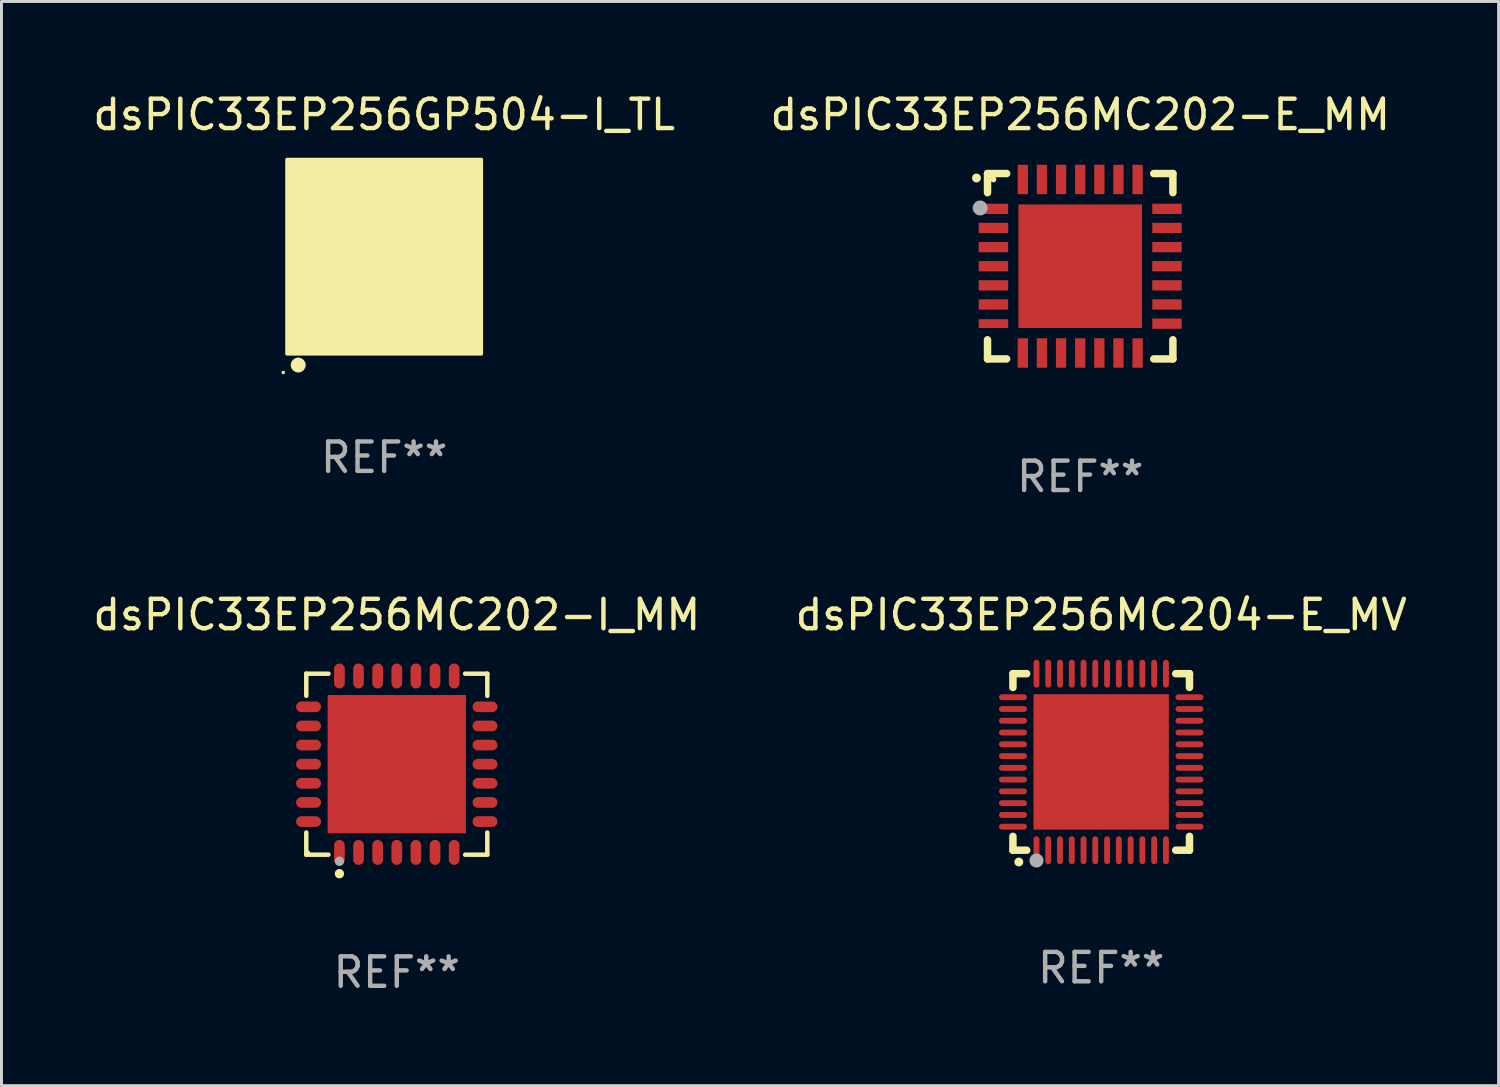
<source format=kicad_pcb>
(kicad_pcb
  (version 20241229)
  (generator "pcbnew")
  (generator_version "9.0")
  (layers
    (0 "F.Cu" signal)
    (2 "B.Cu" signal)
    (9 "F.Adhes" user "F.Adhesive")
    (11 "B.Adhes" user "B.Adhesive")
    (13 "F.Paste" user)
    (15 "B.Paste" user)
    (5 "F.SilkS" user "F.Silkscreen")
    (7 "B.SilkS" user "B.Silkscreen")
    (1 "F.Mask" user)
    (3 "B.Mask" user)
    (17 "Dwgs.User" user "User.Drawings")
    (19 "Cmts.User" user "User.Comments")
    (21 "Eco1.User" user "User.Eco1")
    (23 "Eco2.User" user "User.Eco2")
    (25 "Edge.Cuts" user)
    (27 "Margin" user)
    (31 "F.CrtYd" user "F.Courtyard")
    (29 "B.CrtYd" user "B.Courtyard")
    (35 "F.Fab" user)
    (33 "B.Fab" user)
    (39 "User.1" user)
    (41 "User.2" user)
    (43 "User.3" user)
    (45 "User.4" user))
  (footprint "dsPIC33EP256GP504-I_TL"
    (layer "F.Cu")
    (at 10.006 5.673)
    (property "Reference" "dsPIC33EP256GP504-I_TL" (at 0 -4.825 0) (layer "F.SilkS") (effects (font (size 1 1) (thickness 0.15))))
    (attr through_hole)
    (fp_circle (center -3.429 3.937) (end -3.399 3.937) (stroke (width 0.06) (type solid)) (fill no) (layer "F.SilkS"))
    (fp_circle (center -2.921 3.683) (end -2.794 3.683) (stroke (width 0.254) (type solid)) (fill no) (layer "F.SilkS"))
    (fp_poly (pts (xy -3.302 -3.302) (xy 3.302 -3.302) (xy 3.302 3.302) (xy -3.302 3.302)) (stroke (width 0.12) (type solid)) (fill yes) (layer "F.SilkS"))
    (fp_text user "REF**" (at 0 6.825 0) (layer "F.Fab") (effects (font (size 1 1) (thickness 0.15))))
    (pad "1" smd rect (at -2.25 2.825) (size 0.3 0.45) (layers "F.Cu" "F.Mask" "F.Paste"))
    (pad "2" smd rect (at -1.75 2.825) (size 0.3 0.45) (layers "F.Cu" "F.Mask" "F.Paste"))
    (pad "3" smd rect (at -1.25 2.825) (size 0.3 0.45) (layers "F.Cu" "F.Mask" "F.Paste"))
    (pad "4" smd rect (at -0.75 2.825) (size 0.3 0.45) (layers "F.Cu" "F.Mask" "F.Paste"))
    (pad "5" smd rect (at -0.25 2.825) (size 0.3 0.45) (layers "F.Cu" "F.Mask" "F.Paste"))
    (pad "6" smd rect (at 0.25 2.825) (size 0.3 0.45) (layers "F.Cu" "F.Mask" "F.Paste"))
    (pad "7" smd rect (at 0.75 2.825) (size 0.3 0.45) (layers "F.Cu" "F.Mask" "F.Paste"))
    (pad "8" smd rect (at 1.25 2.825) (size 0.3 0.45) (layers "F.Cu" "F.Mask" "F.Paste"))
    (pad "9" smd rect (at 1.75 2.825) (size 0.3 0.45) (layers "F.Cu" "F.Mask" "F.Paste"))
    (pad "10" smd rect (at 2.25 2.825) (size 0.3 0.45) (layers "F.Cu" "F.Mask" "F.Paste"))
    (pad "11" smd rect (at 2.825 2.825 90) (size 0.45 0.45) (layers "F.Cu" "F.Mask" "F.Paste"))
    (pad "12" smd rect (at 2.825 2.25 90) (size 0.3 0.45) (layers "F.Cu" "F.Mask" "F.Paste"))
    (pad "13" smd rect (at 2.825 1.75 90) (size 0.3 0.45) (layers "F.Cu" "F.Mask" "F.Paste"))
    (pad "14" smd rect (at 2.825 1.25 90) (size 0.3 0.45) (layers "F.Cu" "F.Mask" "F.Paste"))
    (pad "15" smd rect (at 2.825 0.75 90) (size 0.3 0.45) (layers "F.Cu" "F.Mask" "F.Paste"))
    (pad "16" smd rect (at 2.825 0.25 90) (size 0.3 0.45) (layers "F.Cu" "F.Mask" "F.Paste"))
    (pad "17" smd rect (at 2.825 -0.25 90) (size 0.3 0.45) (layers "F.Cu" "F.Mask" "F.Paste"))
    (pad "18" smd rect (at 2.825 -0.75 90) (size 0.3 0.45) (layers "F.Cu" "F.Mask" "F.Paste"))
    (pad "19" smd rect (at 2.825 -1.25 90) (size 0.3 0.45) (layers "F.Cu" "F.Mask" "F.Paste"))
    (pad "20" smd rect (at 2.825 -1.75 90) (size 0.3 0.45) (layers "F.Cu" "F.Mask" "F.Paste"))
    (pad "21" smd rect (at 2.825 -2.25 90) (size 0.3 0.45) (layers "F.Cu" "F.Mask" "F.Paste"))
    (pad "22" smd rect (at 2.825 -2.825 90) (size 0.45 0.45) (layers "F.Cu" "F.Mask" "F.Paste"))
    (pad "23" smd rect (at 2.25 -2.825) (size 0.3 0.45) (layers "F.Cu" "F.Mask" "F.Paste"))
    (pad "24" smd rect (at 1.75 -2.825) (size 0.3 0.45) (layers "F.Cu" "F.Mask" "F.Paste"))
    (pad "25" smd rect (at 1.25 -2.825) (size 0.3 0.45) (layers "F.Cu" "F.Mask" "F.Paste"))
    (pad "26" smd rect (at 0.75 -2.825) (size 0.3 0.45) (layers "F.Cu" "F.Mask" "F.Paste"))
    (pad "27" smd rect (at 0.25 -2.825) (size 0.3 0.45) (layers "F.Cu" "F.Mask" "F.Paste"))
    (pad "28" smd rect (at -0.25 -2.825) (size 0.3 0.45) (layers "F.Cu" "F.Mask" "F.Paste"))
    (pad "29" smd rect (at -0.75 -2.825) (size 0.3 0.45) (layers "F.Cu" "F.Mask" "F.Paste"))
    (pad "30" smd rect (at -1.25 -2.825) (size 0.3 0.45) (layers "F.Cu" "F.Mask" "F.Paste"))
    (pad "31" smd rect (at -1.75 -2.825) (size 0.3 0.45) (layers "F.Cu" "F.Mask" "F.Paste"))
    (pad "32" smd rect (at -2.25 -2.825) (size 0.3 0.45) (layers "F.Cu" "F.Mask" "F.Paste"))
    (pad "33" smd rect (at -2.825 -2.825 90) (size 0.45 0.45) (layers "F.Cu" "F.Mask" "F.Paste"))
    (pad "34" smd rect (at -2.825 -2.25 90) (size 0.3 0.45) (layers "F.Cu" "F.Mask" "F.Paste"))
    (pad "35" smd rect (at -2.825 -1.75 90) (size 0.3 0.45) (layers "F.Cu" "F.Mask" "F.Paste"))
    (pad "36" smd rect (at -2.825 -1.25 90) (size 0.3 0.45) (layers "F.Cu" "F.Mask" "F.Paste"))
    (pad "37" smd rect (at -2.825 -0.75 90) (size 0.3 0.45) (layers "F.Cu" "F.Mask" "F.Paste"))
    (pad "38" smd rect (at -2.825 -0.25 90) (size 0.3 0.45) (layers "F.Cu" "F.Mask" "F.Paste"))
    (pad "39" smd rect (at -2.825 0.25 90) (size 0.3 0.45) (layers "F.Cu" "F.Mask" "F.Paste"))
    (pad "40" smd rect (at -2.825 0.75 90) (size 0.3 0.45) (layers "F.Cu" "F.Mask" "F.Paste"))
    (pad "41" smd rect (at -2.825 1.25 90) (size 0.3 0.45) (layers "F.Cu" "F.Mask" "F.Paste"))
    (pad "42" smd rect (at -2.825 1.75 90) (size 0.3 0.45) (layers "F.Cu" "F.Mask" "F.Paste"))
    (pad "43" smd rect (at -2.825 2.25 90) (size 0.3 0.45) (layers "F.Cu" "F.Mask" "F.Paste"))
    (pad "44" smd rect (at -2.825 2.825 90) (size 0.45 0.45) (layers "F.Cu" "F.Mask" "F.Paste"))
    (pad "45" smd rect (at 0 0 90) (size 4.6 4.6) (layers "F.Cu" "F.Mask" "F.Paste")))
  (footprint "dsPIC33EP256MC202-I_MM"
    (layer "F.Cu")
    (at 10.435 22.921)
    (property "Reference" "dsPIC33EP256MC202-I_MM" (at 0 -5.076 0) (layer "F.SilkS") (effects (font (size 1 1) (thickness 0.15))))
    (attr through_hole)
    (fp_line (start -3.076 -3.076) (end -2.323 -3.076) (stroke (width 0.152) (type solid)) (layer "F.SilkS"))
    (fp_line (start -3.076 -2.323) (end -3.076 -3.076) (stroke (width 0.152) (type solid)) (layer "F.SilkS"))
    (fp_line (start -3.076 2.323) (end -3.076 3.076) (stroke (width 0.152) (type solid)) (layer "F.SilkS"))
    (fp_line (start -3.076 3.076) (end -2.323 3.076) (stroke (width 0.152) (type solid)) (layer "F.SilkS"))
    (fp_line (start 3.076 -3.076) (end 2.323 -3.076) (stroke (width 0.152) (type solid)) (layer "F.SilkS"))
    (fp_line (start 3.076 -2.323) (end 3.076 -3.076) (stroke (width 0.152) (type solid)) (layer "F.SilkS"))
    (fp_line (start 3.076 2.323) (end 3.076 3.076) (stroke (width 0.152) (type solid)) (layer "F.SilkS"))
    (fp_line (start 3.076 3.076) (end 2.323 3.076) (stroke (width 0.152) (type solid)) (layer "F.SilkS"))
    (fp_circle (center -3 3) (end -2.97 3) (stroke (width 0.06) (type solid)) (fill no) (layer "F.SilkS"))
    (fp_circle (center -1.95 3.722) (end -1.87 3.722) (stroke (width 0.16) (type solid)) (fill no) (layer "F.SilkS"))
    (fp_circle (center -1.95 3.3) (end -1.87 3.3) (stroke (width 0.16) (type solid)) (fill no) (layer "F.Fab"))
    (fp_text user "REF**" (at 0 7.076 0) (layer "F.Fab") (effects (font (size 1 1) (thickness 0.15))))
    (pad "1" smd oval (at -1.95 2.998) (size 0.364 0.847) (layers "F.Cu" "F.Mask" "F.Paste"))
    (pad "2" smd oval (at -1.3 2.998) (size 0.364 0.847) (layers "F.Cu" "F.Mask" "F.Paste"))
    (pad "3" smd oval (at -0.65 2.998) (size 0.364 0.847) (layers "F.Cu" "F.Mask" "F.Paste"))
    (pad "4" smd oval (at 0 2.998) (size 0.364 0.847) (layers "F.Cu" "F.Mask" "F.Paste"))
    (pad "5" smd oval (at 0.65 2.998) (size 0.364 0.847) (layers "F.Cu" "F.Mask" "F.Paste"))
    (pad "6" smd oval (at 1.3 2.998) (size 0.364 0.847) (layers "F.Cu" "F.Mask" "F.Paste"))
    (pad "7" smd oval (at 1.95 2.998) (size 0.364 0.847) (layers "F.Cu" "F.Mask" "F.Paste"))
    (pad "8" smd oval (at 2.998 1.95) (size 0.847 0.364) (layers "F.Cu" "F.Mask" "F.Paste"))
    (pad "9" smd oval (at 2.998 1.3) (size 0.847 0.364) (layers "F.Cu" "F.Mask" "F.Paste"))
    (pad "10" smd oval (at 2.998 0.65) (size 0.847 0.364) (layers "F.Cu" "F.Mask" "F.Paste"))
    (pad "11" smd oval (at 2.998 0) (size 0.847 0.364) (layers "F.Cu" "F.Mask" "F.Paste"))
    (pad "12" smd oval (at 2.998 -0.65) (size 0.847 0.364) (layers "F.Cu" "F.Mask" "F.Paste"))
    (pad "13" smd oval (at 2.998 -1.3) (size 0.847 0.364) (layers "F.Cu" "F.Mask" "F.Paste"))
    (pad "14" smd oval (at 2.998 -1.95) (size 0.847 0.364) (layers "F.Cu" "F.Mask" "F.Paste"))
    (pad "15" smd oval (at 1.95 -2.998) (size 0.364 0.847) (layers "F.Cu" "F.Mask" "F.Paste"))
    (pad "16" smd oval (at 1.3 -2.998) (size 0.364 0.847) (layers "F.Cu" "F.Mask" "F.Paste"))
    (pad "17" smd oval (at 0.65 -2.998) (size 0.364 0.847) (layers "F.Cu" "F.Mask" "F.Paste"))
    (pad "18" smd oval (at 0 -2.998) (size 0.364 0.847) (layers "F.Cu" "F.Mask" "F.Paste"))
    (pad "19" smd oval (at -0.65 -2.998) (size 0.364 0.847) (layers "F.Cu" "F.Mask" "F.Paste"))
    (pad "20" smd oval (at -1.3 -2.998) (size 0.364 0.847) (layers "F.Cu" "F.Mask" "F.Paste"))
    (pad "21" smd oval (at -1.95 -2.998) (size 0.364 0.847) (layers "F.Cu" "F.Mask" "F.Paste"))
    (pad "22" smd oval (at -2.998 -1.95) (size 0.847 0.364) (layers "F.Cu" "F.Mask" "F.Paste"))
    (pad "23" smd oval (at -2.998 -1.3) (size 0.847 0.364) (layers "F.Cu" "F.Mask" "F.Paste"))
    (pad "24" smd oval (at -2.998 -0.65) (size 0.847 0.364) (layers "F.Cu" "F.Mask" "F.Paste"))
    (pad "25" smd oval (at -2.998 0) (size 0.847 0.364) (layers "F.Cu" "F.Mask" "F.Paste"))
    (pad "26" smd oval (at -2.998 0.65) (size 0.847 0.364) (layers "F.Cu" "F.Mask" "F.Paste"))
    (pad "27" smd oval (at -2.998 1.3) (size 0.847 0.364) (layers "F.Cu" "F.Mask" "F.Paste"))
    (pad "28" smd oval (at -2.998 1.95) (size 0.847 0.364) (layers "F.Cu" "F.Mask" "F.Paste"))
    (pad "29" smd rect (at 0 0) (size 4.7 4.7) (layers "F.Cu" "F.Mask" "F.Paste")))
  (footprint "dsPIC33EP256MC204-E_MV"
    (layer "F.Cu")
    (at 34.375 22.845)
    (property "Reference" "dsPIC33EP256MC204-E_MV" (at 0 -5 0) (layer "F.SilkS") (effects (font (size 1 1) (thickness 0.15))))
    (attr through_hole)
    (fp_line (start -3 -3) (end -2.532 -3) (stroke (width 0.254) (type solid)) (layer "F.SilkS"))
    (fp_line (start -3 -2.532) (end -3 -3) (stroke (width 0.254) (type solid)) (layer "F.SilkS"))
    (fp_line (start -3 3) (end -3 2.529) (stroke (width 0.254) (type solid)) (layer "F.SilkS"))
    (fp_line (start -2.532 3) (end -3 3) (stroke (width 0.254) (type solid)) (layer "F.SilkS"))
    (fp_line (start 2.532 -3) (end 3 -3) (stroke (width 0.254) (type solid)) (layer "F.SilkS"))
    (fp_line (start 3 -3) (end 3 -2.532) (stroke (width 0.254) (type solid)) (layer "F.SilkS"))
    (fp_line (start 3 2.529) (end 3 3) (stroke (width 0.254) (type solid)) (layer "F.SilkS"))
    (fp_line (start 3 3) (end 2.532 3) (stroke (width 0.254) (type solid)) (layer "F.SilkS"))
    (fp_arc (start -2.801295 3.400025) (mid -2.800025 3.40002) (end -2.798755 3.400025) (stroke (width 0.3) (type solid)) (layer "F.SilkS"))
    (fp_circle (center -3 3) (end -2.97 3) (stroke (width 0.06) (type solid)) (fill no) (layer "F.SilkS"))
    (fp_circle (center -2.2 3.35) (end -2.08 3.35) (stroke (width 0.24) (type solid)) (fill no) (layer "F.Fab"))
    (fp_text user "REF**" (at 0 7 0) (layer "F.Fab") (effects (font (size 1 1) (thickness 0.15))))
    (pad "1" smd oval (at -2.2 3) (size 0.2 0.95) (layers "F.Cu" "F.Mask" "F.Paste"))
    (pad "2" smd oval (at -1.8 3) (size 0.2 0.95) (layers "F.Cu" "F.Mask" "F.Paste"))
    (pad "3" smd oval (at -1.4 3) (size 0.2 0.95) (layers "F.Cu" "F.Mask" "F.Paste"))
    (pad "4" smd oval (at -1 3) (size 0.2 0.95) (layers "F.Cu" "F.Mask" "F.Paste"))
    (pad "5" smd oval (at -0.6 3) (size 0.2 0.95) (layers "F.Cu" "F.Mask" "F.Paste"))
    (pad "6" smd oval (at -0.2 3) (size 0.2 0.95) (layers "F.Cu" "F.Mask" "F.Paste"))
    (pad "7" smd oval (at 0.2 3) (size 0.2 0.95) (layers "F.Cu" "F.Mask" "F.Paste"))
    (pad "8" smd oval (at 0.6 3) (size 0.2 0.95) (layers "F.Cu" "F.Mask" "F.Paste"))
    (pad "9" smd oval (at 1 3) (size 0.2 0.95) (layers "F.Cu" "F.Mask" "F.Paste"))
    (pad "10" smd oval (at 1.4 3) (size 0.2 0.95) (layers "F.Cu" "F.Mask" "F.Paste"))
    (pad "11" smd oval (at 1.8 3) (size 0.2 0.95) (layers "F.Cu" "F.Mask" "F.Paste"))
    (pad "12" smd oval (at 2.2 3) (size 0.2 0.95) (layers "F.Cu" "F.Mask" "F.Paste"))
    (pad "13" smd oval (at 3 2.2 90) (size 0.2 0.95) (layers "F.Cu" "F.Mask" "F.Paste"))
    (pad "14" smd oval (at 3 1.8 90) (size 0.2 0.95) (layers "F.Cu" "F.Mask" "F.Paste"))
    (pad "15" smd oval (at 3 1.4 90) (size 0.2 0.95) (layers "F.Cu" "F.Mask" "F.Paste"))
    (pad "16" smd oval (at 3 1 90) (size 0.2 0.95) (layers "F.Cu" "F.Mask" "F.Paste"))
    (pad "17" smd oval (at 3 0.6 90) (size 0.2 0.95) (layers "F.Cu" "F.Mask" "F.Paste"))
    (pad "18" smd oval (at 3 0.2 90) (size 0.2 0.95) (layers "F.Cu" "F.Mask" "F.Paste"))
    (pad "19" smd oval (at 3 -0.2 90) (size 0.2 0.95) (layers "F.Cu" "F.Mask" "F.Paste"))
    (pad "20" smd oval (at 3 -0.6 90) (size 0.2 0.95) (layers "F.Cu" "F.Mask" "F.Paste"))
    (pad "21" smd oval (at 3 -1 90) (size 0.2 0.95) (layers "F.Cu" "F.Mask" "F.Paste"))
    (pad "22" smd oval (at 3 -1.4 90) (size 0.2 0.95) (layers "F.Cu" "F.Mask" "F.Paste"))
    (pad "23" smd oval (at 3 -1.8 90) (size 0.2 0.95) (layers "F.Cu" "F.Mask" "F.Paste"))
    (pad "24" smd oval (at 3 -2.2 90) (size 0.2 0.95) (layers "F.Cu" "F.Mask" "F.Paste"))
    (pad "25" smd oval (at 2.2 -3 180) (size 0.2 0.95) (layers "F.Cu" "F.Mask" "F.Paste"))
    (pad "26" smd oval (at 1.8 -3 180) (size 0.2 0.95) (layers "F.Cu" "F.Mask" "F.Paste"))
    (pad "27" smd oval (at 1.4 -3 180) (size 0.2 0.95) (layers "F.Cu" "F.Mask" "F.Paste"))
    (pad "28" smd oval (at 1 -3 180) (size 0.2 0.95) (layers "F.Cu" "F.Mask" "F.Paste"))
    (pad "29" smd oval (at 0.6 -3 180) (size 0.2 0.95) (layers "F.Cu" "F.Mask" "F.Paste"))
    (pad "30" smd oval (at 0.2 -3 180) (size 0.2 0.95) (layers "F.Cu" "F.Mask" "F.Paste"))
    (pad "31" smd oval (at -0.2 -3 180) (size 0.2 0.95) (layers "F.Cu" "F.Mask" "F.Paste"))
    (pad "32" smd oval (at -0.6 -3 180) (size 0.2 0.95) (layers "F.Cu" "F.Mask" "F.Paste"))
    (pad "33" smd oval (at -1 -3 180) (size 0.2 0.95) (layers "F.Cu" "F.Mask" "F.Paste"))
    (pad "34" smd oval (at -1.4 -3 180) (size 0.2 0.95) (layers "F.Cu" "F.Mask" "F.Paste"))
    (pad "35" smd oval (at -1.8 -3 180) (size 0.2 0.95) (layers "F.Cu" "F.Mask" "F.Paste"))
    (pad "36" smd oval (at -2.2 -3 180) (size 0.2 0.95) (layers "F.Cu" "F.Mask" "F.Paste"))
    (pad "37" smd oval (at -3 -2.2 270) (size 0.2 0.95) (layers "F.Cu" "F.Mask" "F.Paste"))
    (pad "38" smd oval (at -3 -1.8 270) (size 0.2 0.95) (layers "F.Cu" "F.Mask" "F.Paste"))
    (pad "39" smd oval (at -3 -1.4 270) (size 0.2 0.95) (layers "F.Cu" "F.Mask" "F.Paste"))
    (pad "40" smd oval (at -3 -1 270) (size 0.2 0.95) (layers "F.Cu" "F.Mask" "F.Paste"))
    (pad "41" smd oval (at -3 -0.6 270) (size 0.2 0.95) (layers "F.Cu" "F.Mask" "F.Paste"))
    (pad "42" smd oval (at -3 -0.2 270) (size 0.2 0.95) (layers "F.Cu" "F.Mask" "F.Paste"))
    (pad "43" smd oval (at -3 0.2 270) (size 0.2 0.95) (layers "F.Cu" "F.Mask" "F.Paste"))
    (pad "44" smd oval (at -3 0.6 270) (size 0.2 0.95) (layers "F.Cu" "F.Mask" "F.Paste"))
    (pad "45" smd oval (at -3 1 270) (size 0.2 0.95) (layers "F.Cu" "F.Mask" "F.Paste"))
    (pad "46" smd oval (at -3 1.4 270) (size 0.2 0.95) (layers "F.Cu" "F.Mask" "F.Paste"))
    (pad "47" smd oval (at -3 1.8 270) (size 0.2 0.95) (layers "F.Cu" "F.Mask" "F.Paste"))
    (pad "48" smd oval (at -3 2.2 270) (size 0.2 0.95) (layers "F.Cu" "F.Mask" "F.Paste"))
    (pad "49" smd rect (at -0.001 -0.001 180) (size 4.6 4.6) (layers "F.Cu" "F.Mask" "F.Paste")))
  (footprint "dsPIC33EP256MC202-E_MM"
    (layer "F.Cu")
    (at 33.661 5.998)
    (property "Reference" "dsPIC33EP256MC202-E_MM" (at 0 -5.15 0) (layer "F.SilkS") (effects (font (size 1 1) (thickness 0.15))))
    (attr through_hole)
    (fp_line (start -3.15 -3.15) (end -2.5 -3.15) (stroke (width 0.254) (type solid)) (layer "F.SilkS"))
    (fp_line (start -3.15 -2.5) (end -3.15 -3.15) (stroke (width 0.254) (type solid)) (layer "F.SilkS"))
    (fp_line (start -3.15 3.15) (end -3.15 2.5) (stroke (width 0.254) (type solid)) (layer "F.SilkS"))
    (fp_line (start -2.5 3.15) (end -3.15 3.15) (stroke (width 0.254) (type solid)) (layer "F.SilkS"))
    (fp_line (start 2.5 -3.15) (end 3.15 -3.15) (stroke (width 0.254) (type solid)) (layer "F.SilkS"))
    (fp_line (start 2.5 3.15) (end 3.15 3.15) (stroke (width 0.254) (type solid)) (layer "F.SilkS"))
    (fp_line (start 3.15 -3.15) (end 3.15 -2.5) (stroke (width 0.254) (type solid)) (layer "F.SilkS"))
    (fp_line (start 3.15 3.15) (end 3.15 2.5) (stroke (width 0.254) (type solid)) (layer "F.SilkS"))
    (fp_arc (start -3.525527 -2.997206) (mid -3.525532 -2.998476) (end -3.525527 -2.999746) (stroke (width 0.3) (type solid)) (layer "F.SilkS"))
    (fp_circle (center -2.95 -2.95) (end -2.9 -2.95) (stroke (width 0.1) (type solid)) (fill no) (layer "F.SilkS"))
    (fp_circle (center -3.4 -1.98) (end -3.273 -1.98) (stroke (width 0.254) (type solid)) (fill no) (layer "F.Fab"))
    (fp_text user "REF**" (at 0 7.15 0) (layer "F.Fab") (effects (font (size 1 1) (thickness 0.15))))
    (pad "1" smd rect (at -2.949 -1.951 90) (size 0.35 1) (layers "F.Cu" "F.Mask" "F.Paste"))
    (pad "2" smd rect (at -2.949 -1.301 90) (size 0.35 1) (layers "F.Cu" "F.Mask" "F.Paste"))
    (pad "3" smd rect (at -2.949 -0.65 90) (size 0.35 1) (layers "F.Cu" "F.Mask" "F.Paste"))
    (pad "4" smd rect (at -2.949 -0.000025 90) (size 0.35 1) (layers "F.Cu" "F.Mask" "F.Paste"))
    (pad "5" smd rect (at -2.949 0.65 90) (size 0.35 1) (layers "F.Cu" "F.Mask" "F.Paste"))
    (pad "6" smd rect (at -2.949 1.3 90) (size 0.35 1) (layers "F.Cu" "F.Mask" "F.Paste"))
    (pad "7" smd rect (at -2.949 1.951 90) (size 0.3 1) (layers "F.Cu" "F.Mask" "F.Paste"))
    (pad "8" smd rect (at -1.951 2.949) (size 0.35 1) (layers "F.Cu" "F.Mask" "F.Paste"))
    (pad "9" smd rect (at -1.301 2.949) (size 0.35 1) (layers "F.Cu" "F.Mask" "F.Paste"))
    (pad "10" smd rect (at -0.65 2.949) (size 0.35 1) (layers "F.Cu" "F.Mask" "F.Paste"))
    (pad "11" smd rect (at -0.000076 2.949) (size 0.35 1) (layers "F.Cu" "F.Mask" "F.Paste"))
    (pad "12" smd rect (at 0.65 2.949) (size 0.35 1) (layers "F.Cu" "F.Mask" "F.Paste"))
    (pad "13" smd rect (at 1.3 2.949) (size 0.35 1) (layers "F.Cu" "F.Mask" "F.Paste"))
    (pad "14" smd rect (at 1.951 2.949) (size 0.35 1) (layers "F.Cu" "F.Mask" "F.Paste"))
    (pad "15" smd rect (at 2.949 1.951 90) (size 0.35 1) (layers "F.Cu" "F.Mask" "F.Paste"))
    (pad "16" smd rect (at 2.949 1.3 90) (size 0.35 1) (layers "F.Cu" "F.Mask" "F.Paste"))
    (pad "17" smd rect (at 2.949 0.65 90) (size 0.35 1) (layers "F.Cu" "F.Mask" "F.Paste"))
    (pad "18" smd rect (at 2.949 -0.000025 90) (size 0.35 1) (layers "F.Cu" "F.Mask" "F.Paste"))
    (pad "19" smd rect (at 2.949 -0.65 90) (size 0.35 1) (layers "F.Cu" "F.Mask" "F.Paste"))
    (pad "20" smd rect (at 2.949 -1.301 90) (size 0.35 1) (layers "F.Cu" "F.Mask" "F.Paste"))
    (pad "21" smd rect (at 2.949 -1.951 90) (size 0.35 1) (layers "F.Cu" "F.Mask" "F.Paste"))
    (pad "22" smd rect (at 1.951 -2.949) (size 0.35 1) (layers "F.Cu" "F.Mask" "F.Paste"))
    (pad "23" smd rect (at 1.3 -2.949) (size 0.35 1) (layers "F.Cu" "F.Mask" "F.Paste"))
    (pad "24" smd rect (at 0.65 -2.949) (size 0.35 1) (layers "F.Cu" "F.Mask" "F.Paste"))
    (pad "25" smd rect (at -0.000076 -2.949) (size 0.35 1) (layers "F.Cu" "F.Mask" "F.Paste"))
    (pad "26" smd rect (at -0.65 -2.949) (size 0.35 1) (layers "F.Cu" "F.Mask" "F.Paste"))
    (pad "27" smd rect (at -1.301 -2.949) (size 0.35 1) (layers "F.Cu" "F.Mask" "F.Paste"))
    (pad "28" smd rect (at -1.951 -2.949) (size 0.35 1) (layers "F.Cu" "F.Mask" "F.Paste"))
    (pad "29" smd rect (at -0.000076 -0.000025) (size 4.2 4.2) (layers "F.Cu" "F.Mask" "F.Paste")))
  (gr_rect
    (start -3 -3)
    (end 47.881 33.846)
    (stroke (width 0.1) (type default))
    (fill no)
    (layer "Edge.Cuts")))
</source>
